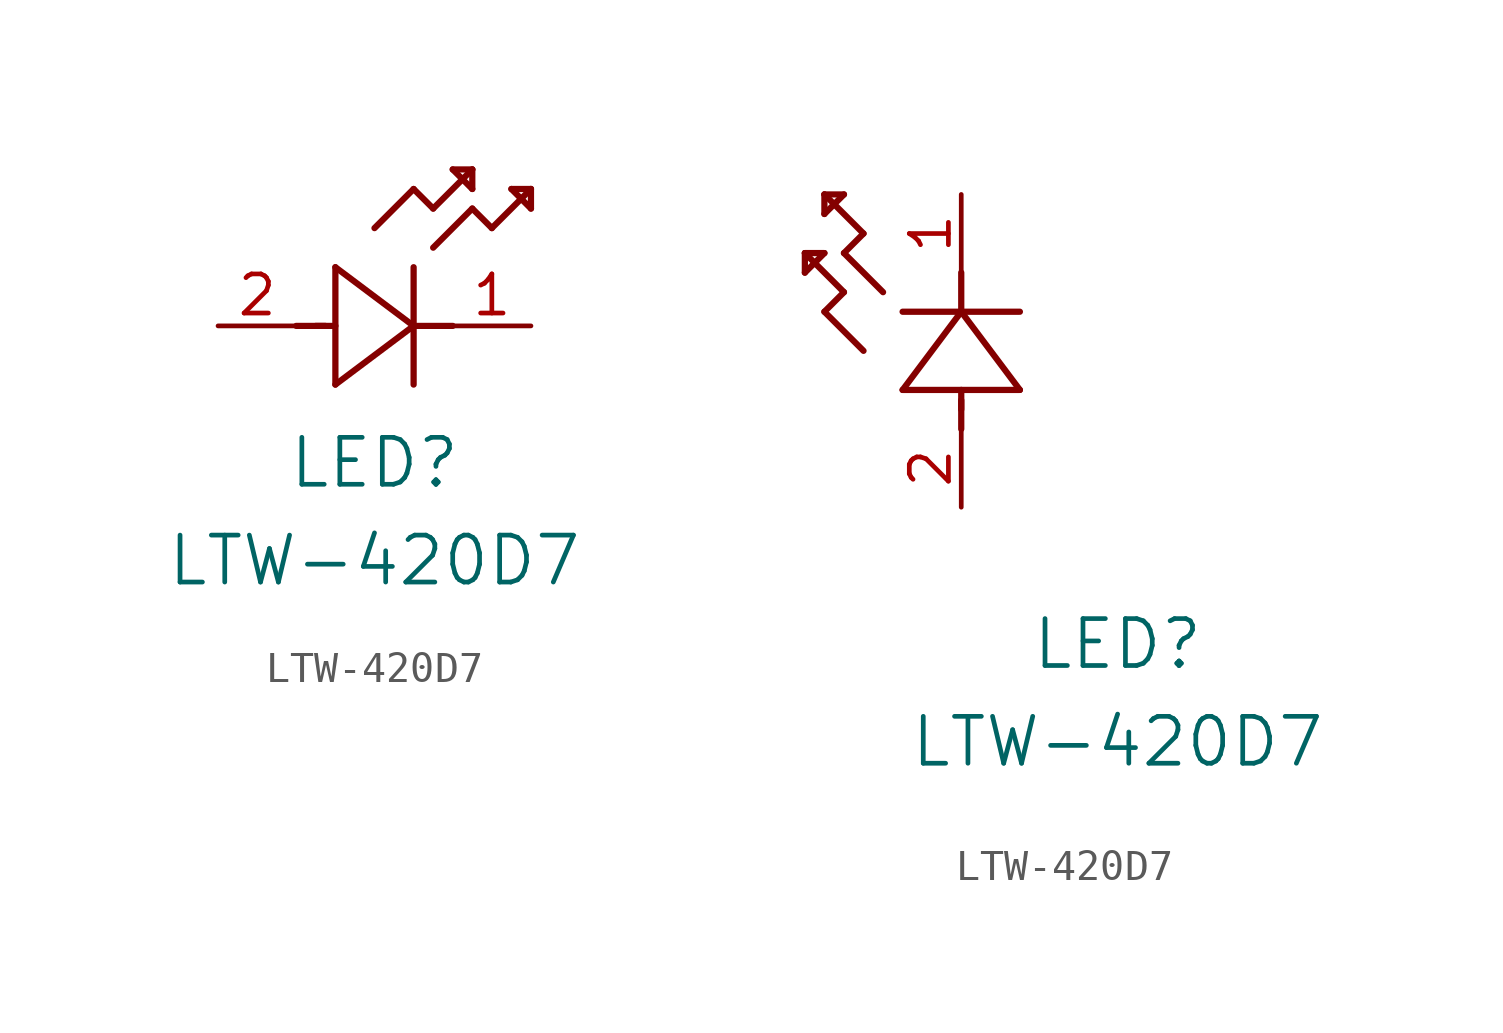
<source format=kicad_sym>
(kicad_symbol_lib
  (version 20211014)
  (generator kicad_symbol_editor)
  (symbol "LTW-420D7"
    (pin_names
      (offset 0.254))
    (property "Reference" "LED"
      (at 5.08 -4.445 0)
      (effects (font (size 1.524 1.524))))
    (property "Value" "LTW-420D7"
      (at 5.08 -7.62 0)
      (effects (font (size 1.524 1.524))))
    (symbol "LTW-420D7_1_1"
      (polyline (pts (xy 2.54 0) (xy 3.48 0)) (stroke (width 0.203) (type default) (color 0 0 0 0)) (fill (type none)))
      (polyline (pts (xy 3.81 1.905) (xy 3.81 -1.905)) (stroke (width 0.203) (type default) (color 0 0 0 0)) (fill (type none)))
      (polyline (pts (xy 3.175 0) (xy 3.81 0)) (stroke (width 0.203) (type default) (color 0 0 0 0)) (fill (type none)))
      (polyline (pts (xy 6.35 -1.905) (xy 6.35 1.905)) (stroke (width 0.203) (type default) (color 0 0 0 0)) (fill (type none)))
      (polyline (pts (xy 6.35 0) (xy 7.62 0)) (stroke (width 0.203) (type default) (color 0 0 0 0)) (fill (type none)))
      (polyline (pts (xy 6.35 4.445) (xy 6.985 3.81)) (stroke (width 0.203) (type default) (color 0 0 0 0)) (fill (type none)))
      (polyline (pts (xy 6.985 3.81) (xy 8.255 5.08)) (stroke (width 0.203) (type default) (color 0 0 0 0)) (fill (type none)))
      (polyline (pts (xy 8.255 3.81) (xy 8.89 3.175)) (stroke (width 0.203) (type default) (color 0 0 0 0)) (fill (type none)))
      (polyline (pts (xy 8.89 3.175) (xy 10.16 4.445)) (stroke (width 0.203) (type default) (color 0 0 0 0)) (fill (type none)))
      (polyline (pts (xy 8.255 5.08) (xy 7.62 5.08)) (stroke (width 0.203) (type default) (color 0 0 0 0)) (fill (type none)))
      (polyline (pts (xy 7.62 5.08) (xy 8.255 4.445)) (stroke (width 0.203) (type default) (color 0 0 0 0)) (fill (type none)))
      (polyline (pts (xy 8.255 4.445) (xy 8.255 5.08)) (stroke (width 0.203) (type default) (color 0 0 0 0)) (fill (type none)))
      (polyline (pts (xy 10.16 4.445) (xy 9.525 4.445)) (stroke (width 0.203) (type default) (color 0 0 0 0)) (fill (type none)))
      (polyline (pts (xy 9.525 4.445) (xy 10.16 3.81)) (stroke (width 0.203) (type default) (color 0 0 0 0)) (fill (type none)))
      (polyline (pts (xy 10.16 3.81) (xy 10.16 4.445)) (stroke (width 0.203) (type default) (color 0 0 0 0)) (fill (type none)))
      (polyline (pts (xy 6.985 2.54) (xy 8.255 3.81)) (stroke (width 0.203) (type default) (color 0 0 0 0)) (fill (type none)))
      (polyline (pts (xy 6.35 0) (xy 3.81 1.905)) (stroke (width 0.203) (type default) (color 0 0 0 0)) (fill (type none)))
      (polyline (pts (xy 3.81 -1.905) (xy 6.35 0)) (stroke (width 0.203) (type default) (color 0 0 0 0)) (fill (type none)))
      (polyline (pts (xy 5.08 3.175) (xy 6.35 4.445)) (stroke (width 0.203) (type default) (color 0 0 0 0)) (fill (type none)))
      (pin unspecified line (at 10.16 0 180) (length 2.54) (name "" (effects (font (size 1.27 1.27)))) (number "1" (effects (font (size 1.27 1.27)))))
      (pin unspecified line (at 0 0 0) (length 2.54) (name "" (effects (font (size 1.27 1.27)))) (number "2" (effects (font (size 1.27 1.27))))))
    (symbol "LTW-420D7_1_2"
      (polyline (pts (xy 0 2.54) (xy 0 3.48)) (stroke (width 0.203) (type default) (color 0 0 0 0)) (fill (type none)))
      (polyline (pts (xy -1.905 3.81) (xy 1.905 3.81)) (stroke (width 0.203) (type default) (color 0 0 0 0)) (fill (type none)))
      (polyline (pts (xy 0 3.175) (xy 0 3.81)) (stroke (width 0.203) (type default) (color 0 0 0 0)) (fill (type none)))
      (polyline (pts (xy 1.905 6.35) (xy -1.905 6.35)) (stroke (width 0.203) (type default) (color 0 0 0 0)) (fill (type none)))
      (polyline (pts (xy 0 6.35) (xy 0 7.62)) (stroke (width 0.203) (type default) (color 0 0 0 0)) (fill (type none)))
      (polyline (pts (xy 0 6.35) (xy -1.905 3.81)) (stroke (width 0.203) (type default) (color 0 0 0 0)) (fill (type none)))
      (polyline (pts (xy 1.905 3.81) (xy 0 6.35)) (stroke (width 0.203) (type default) (color 0 0 0 0)) (fill (type none)))
      (polyline (pts (xy -4.445 6.35) (xy -3.81 6.985)) (stroke (width 0.203) (type default) (color 0 0 0 0)) (fill (type none)))
      (polyline (pts (xy -2.54 6.985) (xy -3.81 8.255)) (stroke (width 0.203) (type default) (color 0 0 0 0)) (fill (type none)))
      (polyline (pts (xy -3.175 5.08) (xy -4.445 6.35)) (stroke (width 0.203) (type default) (color 0 0 0 0)) (fill (type none)))
      (polyline (pts (xy -4.445 10.16) (xy -4.445 9.525)) (stroke (width 0.203) (type default) (color 0 0 0 0)) (fill (type none)))
      (polyline (pts (xy -4.445 9.525) (xy -3.81 10.16)) (stroke (width 0.203) (type default) (color 0 0 0 0)) (fill (type none)))
      (polyline (pts (xy -3.81 10.16) (xy -4.445 10.16)) (stroke (width 0.203) (type default) (color 0 0 0 0)) (fill (type none)))
      (polyline (pts (xy -3.81 8.255) (xy -3.175 8.89)) (stroke (width 0.203) (type default) (color 0 0 0 0)) (fill (type none)))
      (polyline (pts (xy -3.175 8.89) (xy -4.445 10.16)) (stroke (width 0.203) (type default) (color 0 0 0 0)) (fill (type none)))
      (polyline (pts (xy -3.81 6.985) (xy -5.08 8.255)) (stroke (width 0.203) (type default) (color 0 0 0 0)) (fill (type none)))
      (polyline (pts (xy -5.08 8.255) (xy -5.08 7.62)) (stroke (width 0.203) (type default) (color 0 0 0 0)) (fill (type none)))
      (polyline (pts (xy -5.08 7.62) (xy -4.445 8.255)) (stroke (width 0.203) (type default) (color 0 0 0 0)) (fill (type none)))
      (polyline (pts (xy -4.445 8.255) (xy -5.08 8.255)) (stroke (width 0.203) (type default) (color 0 0 0 0)) (fill (type none)))
      (pin unspecified line (at 0 10.16 270) (length 2.54) (name "" (effects (font (size 1.27 1.27)))) (number "1" (effects (font (size 1.27 1.27)))))
      (pin unspecified line (at 0 0 90) (length 2.54) (name "" (effects (font (size 1.27 1.27)))) (number "2" (effects (font (size 1.27 1.27))))))))
</source>
